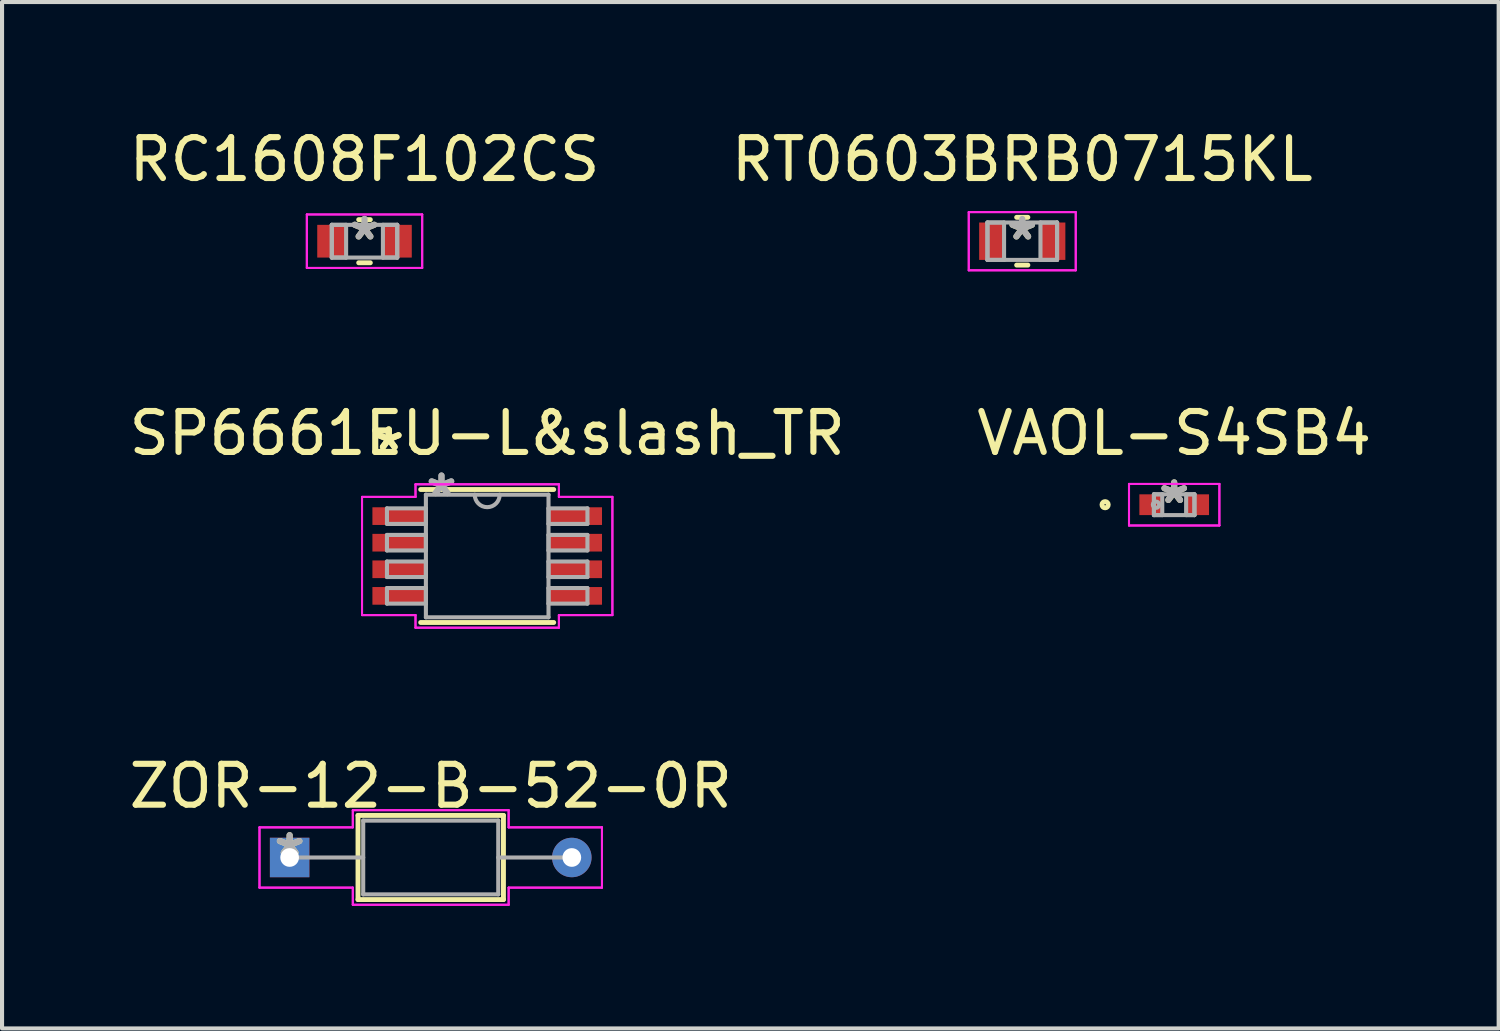
<source format=kicad_pcb>
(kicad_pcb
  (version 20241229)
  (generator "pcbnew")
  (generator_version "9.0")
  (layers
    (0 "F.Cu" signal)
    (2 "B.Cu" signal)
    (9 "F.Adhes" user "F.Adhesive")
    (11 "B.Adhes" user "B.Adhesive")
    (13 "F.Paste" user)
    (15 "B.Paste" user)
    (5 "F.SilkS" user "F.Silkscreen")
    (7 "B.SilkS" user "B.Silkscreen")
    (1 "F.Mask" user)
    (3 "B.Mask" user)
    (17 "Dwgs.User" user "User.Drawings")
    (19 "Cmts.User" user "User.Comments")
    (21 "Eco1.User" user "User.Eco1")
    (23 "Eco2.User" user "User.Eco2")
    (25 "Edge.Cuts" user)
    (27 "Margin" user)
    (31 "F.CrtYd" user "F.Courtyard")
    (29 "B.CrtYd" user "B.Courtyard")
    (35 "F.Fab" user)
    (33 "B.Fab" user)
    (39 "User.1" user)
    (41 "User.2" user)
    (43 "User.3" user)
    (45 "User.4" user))
  (footprint "RC1608F102CS"
    (layer "F.Cu")
    (at 5.863 2.848)
    (property "Reference" "RC1608F102CS" (at 0 -2 0) (layer "F.SilkS") (effects (font (size 1 1) (thickness 0.15))))
    (attr through_hole)
    (fp_line (start -0.142 0.527) (end 0.142 0.527) (stroke (width 0.12) (type solid)) (layer "F.SilkS"))
    (fp_line (start 0.142 -0.527) (end -0.142 -0.527) (stroke (width 0.12) (type solid)) (layer "F.SilkS"))
    (fp_line (start -1.41 -0.654) (end 1.41 -0.654) (stroke (width 0.05) (type solid)) (layer "F.CrtYd"))
    (fp_line (start -1.41 -0.654) (end 1.41 -0.654) (stroke (width 0.05) (type solid)) (layer "F.CrtYd"))
    (fp_line (start -1.41 0.654) (end -1.41 -0.654) (stroke (width 0.05) (type solid)) (layer "F.CrtYd"))
    (fp_line (start -1.41 0.654) (end -1.41 -0.654) (stroke (width 0.05) (type solid)) (layer "F.CrtYd"))
    (fp_line (start 1.41 -0.654) (end 1.41 0.654) (stroke (width 0.05) (type solid)) (layer "F.CrtYd"))
    (fp_line (start 1.41 -0.654) (end 1.41 0.654) (stroke (width 0.05) (type solid)) (layer "F.CrtYd"))
    (fp_line (start 1.41 0.654) (end -1.41 0.654) (stroke (width 0.05) (type solid)) (layer "F.CrtYd"))
    (fp_line (start 1.41 0.654) (end -1.41 0.654) (stroke (width 0.05) (type solid)) (layer "F.CrtYd"))
    (fp_line (start -0.8 -0.4) (end -0.8 0.4) (stroke (width 0.1) (type solid)) (layer "F.Fab"))
    (fp_line (start -0.8 -0.4) (end -0.8 0.4) (stroke (width 0.1) (type solid)) (layer "F.Fab"))
    (fp_line (start -0.8 0.4) (end -0.45 0.4) (stroke (width 0.1) (type solid)) (layer "F.Fab"))
    (fp_line (start -0.8 0.4) (end 0.8 0.4) (stroke (width 0.1) (type solid)) (layer "F.Fab"))
    (fp_line (start -0.45 -0.4) (end -0.8 -0.4) (stroke (width 0.1) (type solid)) (layer "F.Fab"))
    (fp_line (start -0.45 0.4) (end -0.45 -0.4) (stroke (width 0.1) (type solid)) (layer "F.Fab"))
    (fp_line (start 0.45 -0.4) (end 0.45 0.4) (stroke (width 0.1) (type solid)) (layer "F.Fab"))
    (fp_line (start 0.45 0.4) (end 0.8 0.4) (stroke (width 0.1) (type solid)) (layer "F.Fab"))
    (fp_line (start 0.8 -0.4) (end -0.8 -0.4) (stroke (width 0.1) (type solid)) (layer "F.Fab"))
    (fp_line (start 0.8 -0.4) (end 0.45 -0.4) (stroke (width 0.1) (type solid)) (layer "F.Fab"))
    (fp_line (start 0.8 0.4) (end 0.8 -0.4) (stroke (width 0.1) (type solid)) (layer "F.Fab"))
    (fp_line (start 0.8 0.4) (end 0.8 -0.4) (stroke (width 0.1) (type solid)) (layer "F.Fab"))
    (fp_text user "*" (at 0 0 0) (layer "F.SilkS") (effects (font (size 1 1) (thickness 0.15))))
    (fp_text user "*" (at 0 0 0) (layer "F.Fab") (effects (font (size 1 1) (thickness 0.15))))
    (pad "1" smd rect (at -0.803 0) (size 0.706 0.8) (layers "F.Cu" "F.Mask" "F.Paste"))
    (pad "2" smd rect (at 0.803 0) (size 0.706 0.8) (layers "F.Cu" "F.Mask" "F.Paste")))
  (footprint "RT0603BRB0715KL"
    (layer "F.Cu")
    (at 21.946 2.848)
    (property "Reference" "RT0603BRB0715KL" (at 0 -2 0) (layer "F.SilkS") (effects (font (size 1 1) (thickness 0.15))))
    (attr through_hole)
    (fp_line (start -0.137 0.584) (end 0.137 0.584) (stroke (width 0.12) (type solid)) (layer "F.SilkS"))
    (fp_line (start 0.137 -0.584) (end -0.137 -0.584) (stroke (width 0.12) (type solid)) (layer "F.SilkS"))
    (fp_line (start -1.308 -0.711) (end 1.308 -0.711) (stroke (width 0.05) (type solid)) (layer "F.CrtYd"))
    (fp_line (start -1.308 -0.711) (end 1.308 -0.711) (stroke (width 0.05) (type solid)) (layer "F.CrtYd"))
    (fp_line (start -1.308 0.711) (end -1.308 -0.711) (stroke (width 0.05) (type solid)) (layer "F.CrtYd"))
    (fp_line (start -1.308 0.711) (end -1.308 -0.711) (stroke (width 0.05) (type solid)) (layer "F.CrtYd"))
    (fp_line (start 1.308 -0.711) (end 1.308 0.711) (stroke (width 0.05) (type solid)) (layer "F.CrtYd"))
    (fp_line (start 1.308 -0.711) (end 1.308 0.711) (stroke (width 0.05) (type solid)) (layer "F.CrtYd"))
    (fp_line (start 1.308 0.711) (end -1.308 0.711) (stroke (width 0.05) (type solid)) (layer "F.CrtYd"))
    (fp_line (start 1.308 0.711) (end -1.308 0.711) (stroke (width 0.05) (type solid)) (layer "F.CrtYd"))
    (fp_line (start -0.851 -0.457) (end -0.851 0.457) (stroke (width 0.1) (type solid)) (layer "F.Fab"))
    (fp_line (start -0.851 -0.457) (end -0.851 0.457) (stroke (width 0.1) (type solid)) (layer "F.Fab"))
    (fp_line (start -0.851 0.457) (end -0.445 0.457) (stroke (width 0.1) (type solid)) (layer "F.Fab"))
    (fp_line (start -0.851 0.457) (end 0.851 0.457) (stroke (width 0.1) (type solid)) (layer "F.Fab"))
    (fp_line (start -0.445 -0.457) (end -0.851 -0.457) (stroke (width 0.1) (type solid)) (layer "F.Fab"))
    (fp_line (start -0.445 0.457) (end -0.445 -0.457) (stroke (width 0.1) (type solid)) (layer "F.Fab"))
    (fp_line (start 0.445 -0.457) (end 0.445 0.457) (stroke (width 0.1) (type solid)) (layer "F.Fab"))
    (fp_line (start 0.445 0.457) (end 0.851 0.457) (stroke (width 0.1) (type solid)) (layer "F.Fab"))
    (fp_line (start 0.851 -0.457) (end -0.851 -0.457) (stroke (width 0.1) (type solid)) (layer "F.Fab"))
    (fp_line (start 0.851 -0.457) (end 0.445 -0.457) (stroke (width 0.1) (type solid)) (layer "F.Fab"))
    (fp_line (start 0.851 0.457) (end 0.851 -0.457) (stroke (width 0.1) (type solid)) (layer "F.Fab"))
    (fp_line (start 0.851 0.457) (end 0.851 -0.457) (stroke (width 0.1) (type solid)) (layer "F.Fab"))
    (fp_text user "*" (at 0 0 0) (layer "F.SilkS") (effects (font (size 1 1) (thickness 0.15))))
    (fp_text user "*" (at 0 0 0) (layer "F.Fab") (effects (font (size 1 1) (thickness 0.15))))
    (pad "1" smd rect (at -0.749 0) (size 0.61 0.914) (layers "F.Cu" "F.Mask" "F.Paste"))
    (pad "2" smd rect (at 0.749 0) (size 0.61 0.914) (layers "F.Cu" "F.Mask" "F.Paste")))
  (footprint "VAOL-S4SB4"
    (layer "F.Cu")
    (at 25.661 9.291)
    (property "Reference" "VAOL-S4SB4" (at 0 -1.746 0) (layer "F.SilkS") (effects (font (size 1 1) (thickness 0.15))))
    (attr through_hole)
    (fp_circle (center -1.689 0) (end -1.613 0) (stroke (width 0.12) (type solid)) (fill no) (layer "F.SilkS"))
    (fp_line (start -1.105 -0.508) (end 1.105 -0.508) (stroke (width 0.05) (type solid)) (layer "F.CrtYd"))
    (fp_line (start -1.105 -0.508) (end 1.105 -0.508) (stroke (width 0.05) (type solid)) (layer "F.CrtYd"))
    (fp_line (start -1.105 0.508) (end -1.105 -0.508) (stroke (width 0.05) (type solid)) (layer "F.CrtYd"))
    (fp_line (start -1.105 0.508) (end -1.105 -0.508) (stroke (width 0.05) (type solid)) (layer "F.CrtYd"))
    (fp_line (start 1.105 -0.508) (end 1.105 0.508) (stroke (width 0.05) (type solid)) (layer "F.CrtYd"))
    (fp_line (start 1.105 -0.508) (end 1.105 0.508) (stroke (width 0.05) (type solid)) (layer "F.CrtYd"))
    (fp_line (start 1.105 0.508) (end -1.105 0.508) (stroke (width 0.05) (type solid)) (layer "F.CrtYd"))
    (fp_line (start 1.105 0.508) (end -1.105 0.508) (stroke (width 0.05) (type solid)) (layer "F.CrtYd"))
    (fp_line (start -0.495 -0.254) (end -0.495 0.254) (stroke (width 0.1) (type solid)) (layer "F.Fab"))
    (fp_line (start -0.495 -0.254) (end -0.495 0.254) (stroke (width 0.1) (type solid)) (layer "F.Fab"))
    (fp_line (start -0.495 0.254) (end -0.292 0.254) (stroke (width 0.1) (type solid)) (layer "F.Fab"))
    (fp_line (start -0.495 0.254) (end 0.495 0.254) (stroke (width 0.1) (type solid)) (layer "F.Fab"))
    (fp_line (start -0.292 -0.254) (end -0.495 -0.254) (stroke (width 0.1) (type solid)) (layer "F.Fab"))
    (fp_line (start -0.292 0.254) (end -0.292 -0.254) (stroke (width 0.1) (type solid)) (layer "F.Fab"))
    (fp_line (start 0.292 -0.254) (end 0.292 0.254) (stroke (width 0.1) (type solid)) (layer "F.Fab"))
    (fp_line (start 0.292 0.254) (end 0.495 0.254) (stroke (width 0.1) (type solid)) (layer "F.Fab"))
    (fp_line (start 0.495 -0.254) (end -0.495 -0.254) (stroke (width 0.1) (type solid)) (layer "F.Fab"))
    (fp_line (start 0.495 -0.254) (end 0.292 -0.254) (stroke (width 0.1) (type solid)) (layer "F.Fab"))
    (fp_line (start 0.495 0.254) (end 0.495 -0.254) (stroke (width 0.1) (type solid)) (layer "F.Fab"))
    (fp_line (start 0.495 0.254) (end 0.495 -0.254) (stroke (width 0.1) (type solid)) (layer "F.Fab"))
    (fp_circle (center -0.445 0) (end -0.368 0) (stroke (width 0.1) (type solid)) (fill no) (layer "F.Fab"))
    (fp_text user "*" (at 0 0 0) (layer "F.SilkS") (effects (font (size 1 1) (thickness 0.15))))
    (fp_text user "*" (at 0 0 0) (layer "F.Fab") (effects (font (size 1 1) (thickness 0.15))))
    (pad "1" smd rect (at -0.572 0) (size 0.559 0.508) (layers "F.Cu" "F.Mask" "F.Paste"))
    (pad "2" smd rect (at 0.572 0) (size 0.559 0.508) (layers "F.Cu" "F.Mask" "F.Paste")))
  (footprint "ZOR-12-B-52-0R"
    (layer "F.Cu")
    (at 4.032 17.917)
    (property "Reference" "ZOR-12-B-52-0R" (at 3.45 -1.746 0) (layer "F.SilkS") (effects (font (size 1 1) (thickness 0.15))))
    (attr through_hole)
    (fp_line (start 1.672 -1.029) (end 1.672 1.029) (stroke (width 0.12) (type solid)) (layer "F.SilkS"))
    (fp_line (start 1.672 1.029) (end 5.228 1.029) (stroke (width 0.12) (type solid)) (layer "F.SilkS"))
    (fp_line (start 5.228 -1.029) (end 1.672 -1.029) (stroke (width 0.12) (type solid)) (layer "F.SilkS"))
    (fp_line (start 5.228 1.029) (end 5.228 -1.029) (stroke (width 0.12) (type solid)) (layer "F.SilkS"))
    (fp_line (start -0.737 -0.737) (end 1.545 -0.737) (stroke (width 0.05) (type solid)) (layer "F.CrtYd"))
    (fp_line (start -0.737 -0.737) (end 1.545 -0.737) (stroke (width 0.05) (type solid)) (layer "F.CrtYd"))
    (fp_line (start -0.737 0.737) (end -0.737 -0.737) (stroke (width 0.05) (type solid)) (layer "F.CrtYd"))
    (fp_line (start -0.737 0.737) (end -0.737 -0.737) (stroke (width 0.05) (type solid)) (layer "F.CrtYd"))
    (fp_line (start 1.545 -1.156) (end 5.355 -1.156) (stroke (width 0.05) (type solid)) (layer "F.CrtYd"))
    (fp_line (start 1.545 -1.156) (end 5.355 -1.156) (stroke (width 0.05) (type solid)) (layer "F.CrtYd"))
    (fp_line (start 1.545 -0.737) (end 1.545 -1.156) (stroke (width 0.05) (type solid)) (layer "F.CrtYd"))
    (fp_line (start 1.545 -0.737) (end 1.545 -1.156) (stroke (width 0.05) (type solid)) (layer "F.CrtYd"))
    (fp_line (start 1.545 0.737) (end -0.737 0.737) (stroke (width 0.05) (type solid)) (layer "F.CrtYd"))
    (fp_line (start 1.545 0.737) (end -0.737 0.737) (stroke (width 0.05) (type solid)) (layer "F.CrtYd"))
    (fp_line (start 1.545 1.156) (end 1.545 0.737) (stroke (width 0.05) (type solid)) (layer "F.CrtYd"))
    (fp_line (start 1.545 1.156) (end 1.545 0.737) (stroke (width 0.05) (type solid)) (layer "F.CrtYd"))
    (fp_line (start 5.355 -1.156) (end 5.355 -0.737) (stroke (width 0.05) (type solid)) (layer "F.CrtYd"))
    (fp_line (start 5.355 -1.156) (end 5.355 -0.737) (stroke (width 0.05) (type solid)) (layer "F.CrtYd"))
    (fp_line (start 5.355 -0.737) (end 7.637 -0.737) (stroke (width 0.05) (type solid)) (layer "F.CrtYd"))
    (fp_line (start 5.355 -0.737) (end 7.637 -0.737) (stroke (width 0.05) (type solid)) (layer "F.CrtYd"))
    (fp_line (start 5.355 0.737) (end 5.355 1.156) (stroke (width 0.05) (type solid)) (layer "F.CrtYd"))
    (fp_line (start 5.355 0.737) (end 5.355 1.156) (stroke (width 0.05) (type solid)) (layer "F.CrtYd"))
    (fp_line (start 5.355 1.156) (end 1.545 1.156) (stroke (width 0.05) (type solid)) (layer "F.CrtYd"))
    (fp_line (start 5.355 1.156) (end 1.545 1.156) (stroke (width 0.05) (type solid)) (layer "F.CrtYd"))
    (fp_line (start 7.637 -0.737) (end 7.637 0.737) (stroke (width 0.05) (type solid)) (layer "F.CrtYd"))
    (fp_line (start 7.637 -0.737) (end 7.637 0.737) (stroke (width 0.05) (type solid)) (layer "F.CrtYd"))
    (fp_line (start 7.637 0.737) (end 5.355 0.737) (stroke (width 0.05) (type solid)) (layer "F.CrtYd"))
    (fp_line (start 7.637 0.737) (end 5.355 0.737) (stroke (width 0.05) (type solid)) (layer "F.CrtYd"))
    (fp_line (start 0.000001 0) (end 1.799 0) (stroke (width 0.1) (type solid)) (layer "F.Fab"))
    (fp_line (start 1.799 -0.902) (end 1.799 0.902) (stroke (width 0.1) (type solid)) (layer "F.Fab"))
    (fp_line (start 1.799 0.902) (end 5.101 0.902) (stroke (width 0.1) (type solid)) (layer "F.Fab"))
    (fp_line (start 5.101 -0.902) (end 1.799 -0.902) (stroke (width 0.1) (type solid)) (layer "F.Fab"))
    (fp_line (start 5.101 0.902) (end 5.101 -0.902) (stroke (width 0.1) (type solid)) (layer "F.Fab"))
    (fp_line (start 6.9 0) (end 5.101 0) (stroke (width 0.1) (type solid)) (layer "F.Fab"))
    (fp_text user "*" (at 0 0 0) (layer "F.SilkS") (effects (font (size 1 1) (thickness 0.15))))
    (fp_text user "*" (at 0 0 0) (layer "F.Fab") (effects (font (size 1 1) (thickness 0.15))))
    (pad "1" thru_hole rect (at 0.000001 0) (size 0.965 0.965) (drill 0.457) (layers "*.Cu" "*.Mask"))
    (pad "2" thru_hole circle (at 6.9 0) (size 0.965 0.965) (drill 0.457) (layers "*.Cu" "*.Mask")))
  (footprint "SP6661EU-L&slash_TR"
    (layer "F.Cu")
    (at 8.863 10.545)
    (property "Reference" "SP6661EU-L&slash_TR" (at 0 -3 0) (layer "F.SilkS") (effects (font (size 1 1) (thickness 0.15))))
    (attr through_hole)
    (fp_line (start -1.626 1.626) (end 1.626 1.626) (stroke (width 0.12) (type solid)) (layer "F.SilkS"))
    (fp_line (start 1.626 -1.626) (end -1.626 -1.626) (stroke (width 0.12) (type solid)) (layer "F.SilkS"))
    (fp_line (start -3.061 -1.445) (end -1.753 -1.445) (stroke (width 0.05) (type solid)) (layer "F.CrtYd"))
    (fp_line (start -3.061 -1.445) (end -1.753 -1.445) (stroke (width 0.05) (type solid)) (layer "F.CrtYd"))
    (fp_line (start -3.061 1.445) (end -3.061 -1.445) (stroke (width 0.05) (type solid)) (layer "F.CrtYd"))
    (fp_line (start -3.061 1.445) (end -3.061 -1.445) (stroke (width 0.05) (type solid)) (layer "F.CrtYd"))
    (fp_line (start -3.061 1.445) (end -1.753 1.445) (stroke (width 0.05) (type solid)) (layer "F.CrtYd"))
    (fp_line (start -1.753 -1.753) (end 1.753 -1.753) (stroke (width 0.05) (type solid)) (layer "F.CrtYd"))
    (fp_line (start -1.753 -1.753) (end 1.753 -1.753) (stroke (width 0.05) (type solid)) (layer "F.CrtYd"))
    (fp_line (start -1.753 -1.445) (end -1.753 -1.753) (stroke (width 0.05) (type solid)) (layer "F.CrtYd"))
    (fp_line (start -1.753 -1.445) (end -1.753 -1.753) (stroke (width 0.05) (type solid)) (layer "F.CrtYd"))
    (fp_line (start -1.753 1.445) (end -3.061 1.445) (stroke (width 0.05) (type solid)) (layer "F.CrtYd"))
    (fp_line (start -1.753 1.753) (end -1.753 1.445) (stroke (width 0.05) (type solid)) (layer "F.CrtYd"))
    (fp_line (start -1.753 1.753) (end -1.753 1.445) (stroke (width 0.05) (type solid)) (layer "F.CrtYd"))
    (fp_line (start 1.753 -1.753) (end 1.753 -1.445) (stroke (width 0.05) (type solid)) (layer "F.CrtYd"))
    (fp_line (start 1.753 -1.753) (end 1.753 -1.445) (stroke (width 0.05) (type solid)) (layer "F.CrtYd"))
    (fp_line (start 1.753 -1.445) (end 3.061 -1.445) (stroke (width 0.05) (type solid)) (layer "F.CrtYd"))
    (fp_line (start 1.753 1.445) (end 1.753 1.753) (stroke (width 0.05) (type solid)) (layer "F.CrtYd"))
    (fp_line (start 1.753 1.445) (end 1.753 1.753) (stroke (width 0.05) (type solid)) (layer "F.CrtYd"))
    (fp_line (start 1.753 1.753) (end -1.753 1.753) (stroke (width 0.05) (type solid)) (layer "F.CrtYd"))
    (fp_line (start 1.753 1.753) (end -1.753 1.753) (stroke (width 0.05) (type solid)) (layer "F.CrtYd"))
    (fp_line (start 3.061 -1.445) (end 1.753 -1.445) (stroke (width 0.05) (type solid)) (layer "F.CrtYd"))
    (fp_line (start 3.061 -1.445) (end 3.061 1.445) (stroke (width 0.05) (type solid)) (layer "F.CrtYd"))
    (fp_line (start 3.061 -1.445) (end 3.061 1.445) (stroke (width 0.05) (type solid)) (layer "F.CrtYd"))
    (fp_line (start 3.061 1.445) (end 1.753 1.445) (stroke (width 0.05) (type solid)) (layer "F.CrtYd"))
    (fp_line (start 3.061 1.445) (end 1.753 1.445) (stroke (width 0.05) (type solid)) (layer "F.CrtYd"))
    (fp_line (start -2.451 -1.165) (end -2.451 -0.784) (stroke (width 0.1) (type solid)) (layer "F.Fab"))
    (fp_line (start -2.451 -0.784) (end -1.499 -0.784) (stroke (width 0.1) (type solid)) (layer "F.Fab"))
    (fp_line (start -2.451 -0.515) (end -2.451 -0.135) (stroke (width 0.1) (type solid)) (layer "F.Fab"))
    (fp_line (start -2.451 -0.135) (end -1.499 -0.135) (stroke (width 0.1) (type solid)) (layer "F.Fab"))
    (fp_line (start -2.451 0.135) (end -2.451 0.515) (stroke (width 0.1) (type solid)) (layer "F.Fab"))
    (fp_line (start -2.451 0.515) (end -1.499 0.515) (stroke (width 0.1) (type solid)) (layer "F.Fab"))
    (fp_line (start -2.451 0.784) (end -2.451 1.165) (stroke (width 0.1) (type solid)) (layer "F.Fab"))
    (fp_line (start -2.451 1.165) (end -1.499 1.165) (stroke (width 0.1) (type solid)) (layer "F.Fab"))
    (fp_line (start -1.499 -1.499) (end -1.499 1.499) (stroke (width 0.1) (type solid)) (layer "F.Fab"))
    (fp_line (start -1.499 -1.165) (end -2.451 -1.165) (stroke (width 0.1) (type solid)) (layer "F.Fab"))
    (fp_line (start -1.499 -0.784) (end -1.499 -1.165) (stroke (width 0.1) (type solid)) (layer "F.Fab"))
    (fp_line (start -1.499 -0.515) (end -2.451 -0.515) (stroke (width 0.1) (type solid)) (layer "F.Fab"))
    (fp_line (start -1.499 -0.135) (end -1.499 -0.515) (stroke (width 0.1) (type solid)) (layer "F.Fab"))
    (fp_line (start -1.499 0.135) (end -2.451 0.135) (stroke (width 0.1) (type solid)) (layer "F.Fab"))
    (fp_line (start -1.499 0.515) (end -1.499 0.135) (stroke (width 0.1) (type solid)) (layer "F.Fab"))
    (fp_line (start -1.499 0.784) (end -2.451 0.784) (stroke (width 0.1) (type solid)) (layer "F.Fab"))
    (fp_line (start -1.499 1.165) (end -1.499 0.784) (stroke (width 0.1) (type solid)) (layer "F.Fab"))
    (fp_line (start -1.499 1.499) (end 1.499 1.499) (stroke (width 0.1) (type solid)) (layer "F.Fab"))
    (fp_line (start 1.499 -1.499) (end -1.499 -1.499) (stroke (width 0.1) (type solid)) (layer "F.Fab"))
    (fp_line (start 1.499 -1.165) (end 1.499 -0.784) (stroke (width 0.1) (type solid)) (layer "F.Fab"))
    (fp_line (start 1.499 -0.784) (end 2.451 -0.784) (stroke (width 0.1) (type solid)) (layer "F.Fab"))
    (fp_line (start 1.499 -0.515) (end 1.499 -0.135) (stroke (width 0.1) (type solid)) (layer "F.Fab"))
    (fp_line (start 1.499 -0.135) (end 2.451 -0.135) (stroke (width 0.1) (type solid)) (layer "F.Fab"))
    (fp_line (start 1.499 0.135) (end 1.499 0.515) (stroke (width 0.1) (type solid)) (layer "F.Fab"))
    (fp_line (start 1.499 0.515) (end 2.451 0.515) (stroke (width 0.1) (type solid)) (layer "F.Fab"))
    (fp_line (start 1.499 0.784) (end 1.499 1.165) (stroke (width 0.1) (type solid)) (layer "F.Fab"))
    (fp_line (start 1.499 1.165) (end 2.451 1.165) (stroke (width 0.1) (type solid)) (layer "F.Fab"))
    (fp_line (start 1.499 1.499) (end 1.499 -1.499) (stroke (width 0.1) (type solid)) (layer "F.Fab"))
    (fp_line (start 2.451 -1.165) (end 1.499 -1.165) (stroke (width 0.1) (type solid)) (layer "F.Fab"))
    (fp_line (start 2.451 -0.784) (end 2.451 -1.165) (stroke (width 0.1) (type solid)) (layer "F.Fab"))
    (fp_line (start 2.451 -0.515) (end 1.499 -0.515) (stroke (width 0.1) (type solid)) (layer "F.Fab"))
    (fp_line (start 2.451 -0.135) (end 2.451 -0.515) (stroke (width 0.1) (type solid)) (layer "F.Fab"))
    (fp_line (start 2.451 0.135) (end 1.499 0.135) (stroke (width 0.1) (type solid)) (layer "F.Fab"))
    (fp_line (start 2.451 0.515) (end 2.451 0.135) (stroke (width 0.1) (type solid)) (layer "F.Fab"))
    (fp_line (start 2.451 0.784) (end 1.499 0.784) (stroke (width 0.1) (type solid)) (layer "F.Fab"))
    (fp_line (start 2.451 1.165) (end 2.451 0.784) (stroke (width 0.1) (type solid)) (layer "F.Fab"))
    (fp_arc (start 0.3048 -1.4986) (mid 0 -1.1938) (end -0.3048 -1.4986) (stroke (width 0.1) (type solid)) (layer "F.Fab"))
    (fp_text user "*" (at -2.407 -2.55 0) (layer "F.SilkS") (effects (font (size 1 1) (thickness 0.15))))
    (fp_text user "*" (at -2.407 -2.55 0) (layer "F.SilkS") (effects (font (size 1 1) (thickness 0.15))))
    (fp_text user "*" (at -1.118 -1.422 0) (layer "F.Fab") (effects (font (size 1 1) (thickness 0.15))))
    (fp_text user "*" (at -1.118 -1.422 0) (layer "F.Fab") (effects (font (size 1 1) (thickness 0.15))))
    (pad "1" smd rect (at -2.153 -0.975) (size 1.308 0.432) (layers "F.Cu" "F.Mask" "F.Paste"))
    (pad "2" smd rect (at -2.153 -0.325) (size 1.308 0.432) (layers "F.Cu" "F.Mask" "F.Paste"))
    (pad "3" smd rect (at -2.153 0.325) (size 1.308 0.432) (layers "F.Cu" "F.Mask" "F.Paste"))
    (pad "4" smd rect (at -2.153 0.975) (size 1.308 0.432) (layers "F.Cu" "F.Mask" "F.Paste"))
    (pad "5" smd rect (at 2.153 0.975) (size 1.308 0.432) (layers "F.Cu" "F.Mask" "F.Paste"))
    (pad "6" smd rect (at 2.153 0.325) (size 1.308 0.432) (layers "F.Cu" "F.Mask" "F.Paste"))
    (pad "7" smd rect (at 2.153 -0.325) (size 1.308 0.432) (layers "F.Cu" "F.Mask" "F.Paste"))
    (pad "8" smd rect (at 2.153 -0.975) (size 1.308 0.432) (layers "F.Cu" "F.Mask" "F.Paste")))
  (gr_rect
    (start -3 -3)
    (end 33.595 22.097)
    (stroke (width 0.1) (type default))
    (fill no)
    (layer "Edge.Cuts")))
</source>
